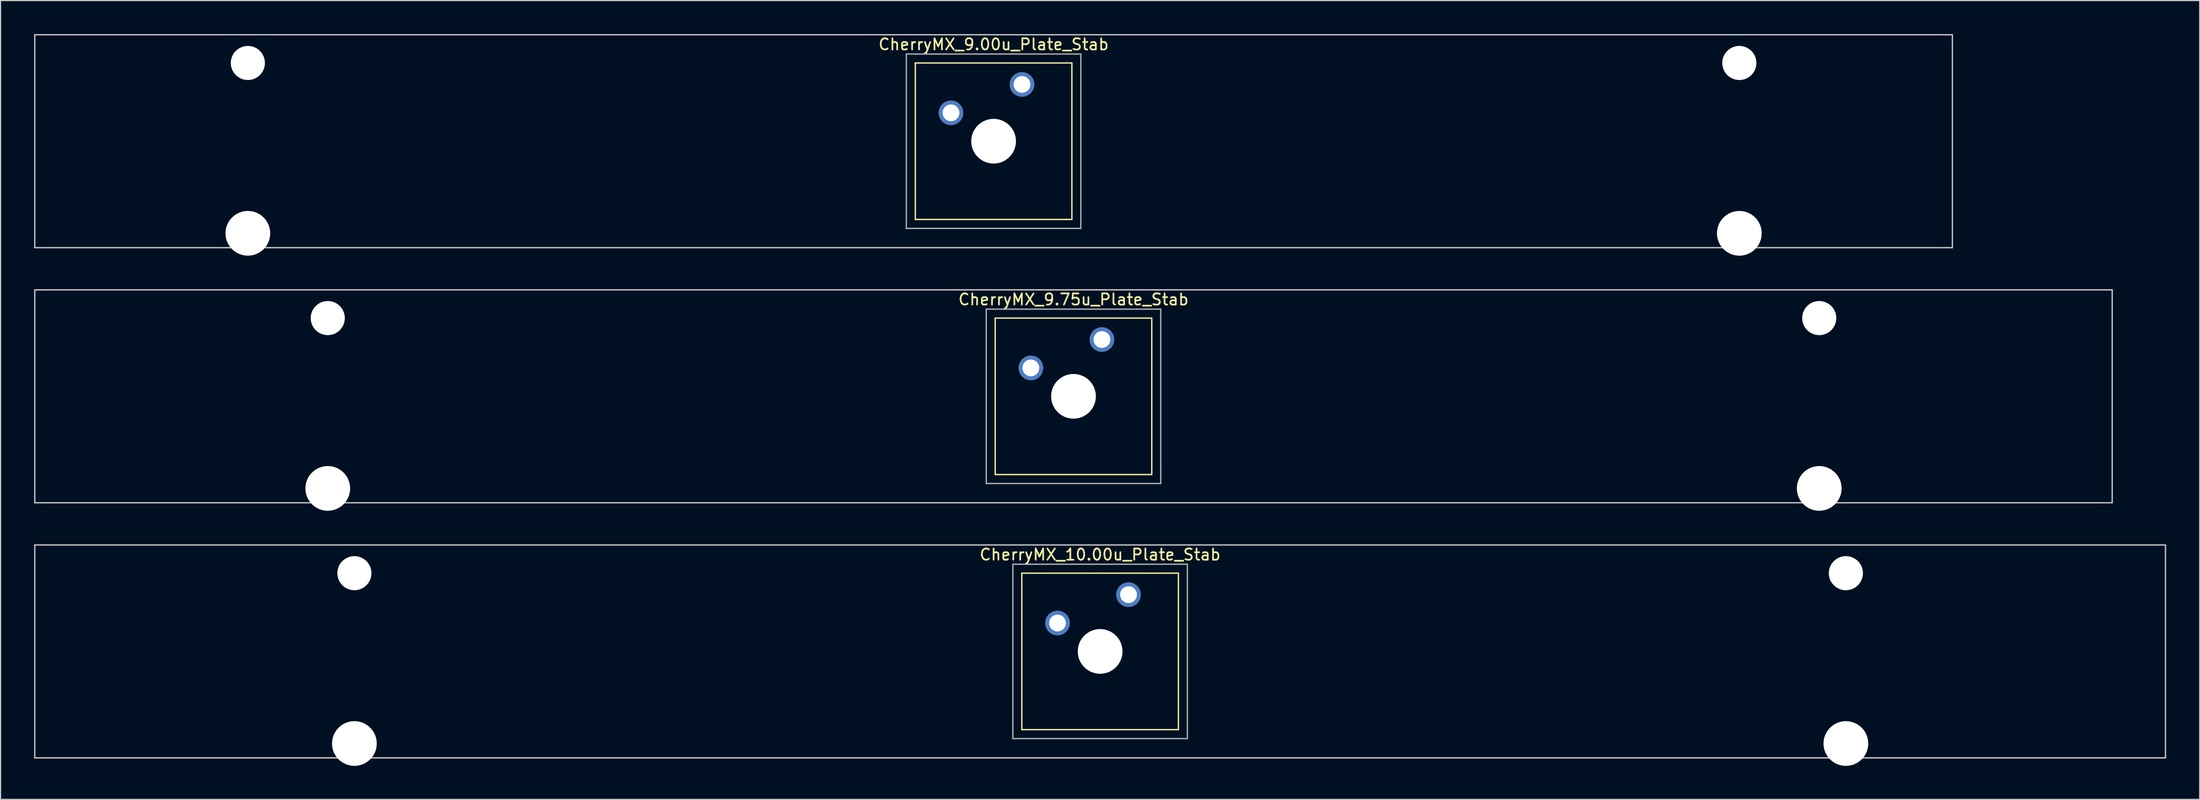
<source format=kicad_pcb>
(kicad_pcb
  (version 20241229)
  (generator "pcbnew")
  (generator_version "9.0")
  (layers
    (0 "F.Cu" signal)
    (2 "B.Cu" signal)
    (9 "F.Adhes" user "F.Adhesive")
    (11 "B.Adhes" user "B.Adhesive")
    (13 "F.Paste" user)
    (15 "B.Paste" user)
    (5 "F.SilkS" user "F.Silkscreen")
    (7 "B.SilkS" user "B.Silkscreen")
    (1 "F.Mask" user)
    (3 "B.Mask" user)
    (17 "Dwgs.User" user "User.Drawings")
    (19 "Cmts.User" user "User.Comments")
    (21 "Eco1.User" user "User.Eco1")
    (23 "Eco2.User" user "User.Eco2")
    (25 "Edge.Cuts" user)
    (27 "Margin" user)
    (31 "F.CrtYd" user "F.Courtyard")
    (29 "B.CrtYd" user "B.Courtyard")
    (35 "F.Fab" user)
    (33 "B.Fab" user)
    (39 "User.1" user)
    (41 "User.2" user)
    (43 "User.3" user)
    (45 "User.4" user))
  (footprint "CherryMX_9.00u_Plate_Stab"
    (layer "F.Cu")
    (at 85.785 9.585)
    (property "Reference" "CherryMX_9.00u_Plate_Stab" (at 0 -8.662 0) (layer "F.SilkS") (effects (font (size 1 1) (thickness 0.15))))
    (attr through_hole)
    (fp_line (start -7 -7) (end -7 7) (stroke (width 0.12) (type solid)) (layer "F.SilkS"))
    (fp_line (start -7 -7) (end 7 -7) (stroke (width 0.12) (type solid)) (layer "F.SilkS"))
    (fp_line (start 7 -7) (end 7 7) (stroke (width 0.12) (type solid)) (layer "F.SilkS"))
    (fp_line (start 7 7) (end -7 7) (stroke (width 0.12) (type solid)) (layer "F.SilkS"))
    (fp_line (start -85.725 -9.525) (end 85.725 -9.525) (stroke (width 0.12) (type solid)) (layer "Dwgs.User"))
    (fp_line (start -85.725 9.525) (end -85.725 -9.525) (stroke (width 0.12) (type solid)) (layer "Dwgs.User"))
    (fp_line (start 85.725 -9.525) (end 85.725 9.525) (stroke (width 0.12) (type solid)) (layer "Dwgs.User"))
    (fp_line (start 85.725 9.525) (end -85.725 9.525) (stroke (width 0.12) (type solid)) (layer "Dwgs.User"))
    (fp_line (start -7.8 -7.8) (end -7.8 7.8) (stroke (width 0.12) (type solid)) (layer "F.Fab"))
    (fp_line (start -7.8 -7.8) (end 7.8 -7.8) (stroke (width 0.12) (type solid)) (layer "F.Fab"))
    (fp_line (start -7.8 7.8) (end 7.8 7.8) (stroke (width 0.12) (type solid)) (layer "F.Fab"))
    (fp_line (start 7.8 -7.8) (end 7.8 7.8) (stroke (width 0.12) (type solid)) (layer "F.Fab"))
    (pad "" np_thru_hole circle (at -66.675 -7) (size 3.05 3.05) (drill 3.05) (layers "*.Cu" "*.Mask"))
    (pad "" np_thru_hole circle (at -66.675 8.24) (size 4 4) (drill 4) (layers "*.Cu" "*.Mask"))
    (pad "" np_thru_hole circle (at 0 0) (size 4 4) (drill 4) (layers "*.Cu" "*.Mask"))
    (pad "" np_thru_hole circle (at 66.675 -7) (size 3.05 3.05) (drill 3.05) (layers "*.Cu" "*.Mask"))
    (pad "" np_thru_hole circle (at 66.675 8.24) (size 4 4) (drill 4) (layers "*.Cu" "*.Mask"))
    (pad "1" thru_hole circle (at -3.81 -2.54) (size 2.2 2.2) (drill 1.5) (layers "*.Cu" "*.Mask"))
    (pad "2" thru_hole circle (at 2.54 -5.08) (size 2.2 2.2) (drill 1.5) (layers "*.Cu" "*.Mask")))
  (footprint "CherryMX_9.75u_Plate_Stab"
    (layer "F.Cu")
    (at 92.929 32.41)
    (property "Reference" "CherryMX_9.75u_Plate_Stab" (at 0 -8.662 0) (layer "F.SilkS") (effects (font (size 1 1) (thickness 0.15))))
    (attr through_hole)
    (fp_line (start -7 -7) (end -7 7) (stroke (width 0.12) (type solid)) (layer "F.SilkS"))
    (fp_line (start -7 -7) (end 7 -7) (stroke (width 0.12) (type solid)) (layer "F.SilkS"))
    (fp_line (start 7 -7) (end 7 7) (stroke (width 0.12) (type solid)) (layer "F.SilkS"))
    (fp_line (start 7 7) (end -7 7) (stroke (width 0.12) (type solid)) (layer "F.SilkS"))
    (fp_line (start -92.869 -9.525) (end 92.869 -9.525) (stroke (width 0.12) (type solid)) (layer "Dwgs.User"))
    (fp_line (start -92.869 9.525) (end -92.869 -9.525) (stroke (width 0.12) (type solid)) (layer "Dwgs.User"))
    (fp_line (start 92.869 -9.525) (end 92.869 9.525) (stroke (width 0.12) (type solid)) (layer "Dwgs.User"))
    (fp_line (start 92.869 9.525) (end -92.869 9.525) (stroke (width 0.12) (type solid)) (layer "Dwgs.User"))
    (fp_line (start -7.8 -7.8) (end -7.8 7.8) (stroke (width 0.12) (type solid)) (layer "F.Fab"))
    (fp_line (start -7.8 -7.8) (end 7.8 -7.8) (stroke (width 0.12) (type solid)) (layer "F.Fab"))
    (fp_line (start -7.8 7.8) (end 7.8 7.8) (stroke (width 0.12) (type solid)) (layer "F.Fab"))
    (fp_line (start 7.8 -7.8) (end 7.8 7.8) (stroke (width 0.12) (type solid)) (layer "F.Fab"))
    (pad "" np_thru_hole circle (at -66.675 -7) (size 3.05 3.05) (drill 3.05) (layers "*.Cu" "*.Mask"))
    (pad "" np_thru_hole circle (at -66.675 8.24) (size 4 4) (drill 4) (layers "*.Cu" "*.Mask"))
    (pad "" np_thru_hole circle (at 0 0) (size 4 4) (drill 4) (layers "*.Cu" "*.Mask"))
    (pad "" np_thru_hole circle (at 66.675 -7) (size 3.05 3.05) (drill 3.05) (layers "*.Cu" "*.Mask"))
    (pad "" np_thru_hole circle (at 66.675 8.24) (size 4 4) (drill 4) (layers "*.Cu" "*.Mask"))
    (pad "1" thru_hole circle (at -3.81 -2.54) (size 2.2 2.2) (drill 1.5) (layers "*.Cu" "*.Mask"))
    (pad "2" thru_hole circle (at 2.54 -5.08) (size 2.2 2.2) (drill 1.5) (layers "*.Cu" "*.Mask")))
  (footprint "CherryMX_10.00u_Plate_Stab"
    (layer "F.Cu")
    (at 95.31 55.235)
    (property "Reference" "CherryMX_10.00u_Plate_Stab" (at 0 -8.662 0) (layer "F.SilkS") (effects (font (size 1 1) (thickness 0.15))))
    (attr through_hole)
    (fp_line (start -7 -7) (end -7 7) (stroke (width 0.12) (type solid)) (layer "F.SilkS"))
    (fp_line (start -7 -7) (end 7 -7) (stroke (width 0.12) (type solid)) (layer "F.SilkS"))
    (fp_line (start 7 -7) (end 7 7) (stroke (width 0.12) (type solid)) (layer "F.SilkS"))
    (fp_line (start 7 7) (end -7 7) (stroke (width 0.12) (type solid)) (layer "F.SilkS"))
    (fp_line (start -95.25 -9.525) (end 95.25 -9.525) (stroke (width 0.12) (type solid)) (layer "Dwgs.User"))
    (fp_line (start -95.25 9.525) (end -95.25 -9.525) (stroke (width 0.12) (type solid)) (layer "Dwgs.User"))
    (fp_line (start 95.25 -9.525) (end 95.25 9.525) (stroke (width 0.12) (type solid)) (layer "Dwgs.User"))
    (fp_line (start 95.25 9.525) (end -95.25 9.525) (stroke (width 0.12) (type solid)) (layer "Dwgs.User"))
    (fp_line (start -7.8 -7.8) (end -7.8 7.8) (stroke (width 0.12) (type solid)) (layer "F.Fab"))
    (fp_line (start -7.8 -7.8) (end 7.8 -7.8) (stroke (width 0.12) (type solid)) (layer "F.Fab"))
    (fp_line (start -7.8 7.8) (end 7.8 7.8) (stroke (width 0.12) (type solid)) (layer "F.Fab"))
    (fp_line (start 7.8 -7.8) (end 7.8 7.8) (stroke (width 0.12) (type solid)) (layer "F.Fab"))
    (pad "" np_thru_hole circle (at -66.675 -7) (size 3.05 3.05) (drill 3.05) (layers "*.Cu" "*.Mask"))
    (pad "" np_thru_hole circle (at -66.675 8.24) (size 4 4) (drill 4) (layers "*.Cu" "*.Mask"))
    (pad "" np_thru_hole circle (at 0 0) (size 4 4) (drill 4) (layers "*.Cu" "*.Mask"))
    (pad "" np_thru_hole circle (at 66.675 -7) (size 3.05 3.05) (drill 3.05) (layers "*.Cu" "*.Mask"))
    (pad "" np_thru_hole circle (at 66.675 8.24) (size 4 4) (drill 4) (layers "*.Cu" "*.Mask"))
    (pad "1" thru_hole circle (at -3.81 -2.54) (size 2.2 2.2) (drill 1.5) (layers "*.Cu" "*.Mask"))
    (pad "2" thru_hole circle (at 2.54 -5.08) (size 2.2 2.2) (drill 1.5) (layers "*.Cu" "*.Mask")))
  (gr_rect
    (start -3 -3)
    (end 193.62 68.475)
    (stroke (width 0.1) (type default))
    (fill no)
    (layer "Edge.Cuts")))
</source>
